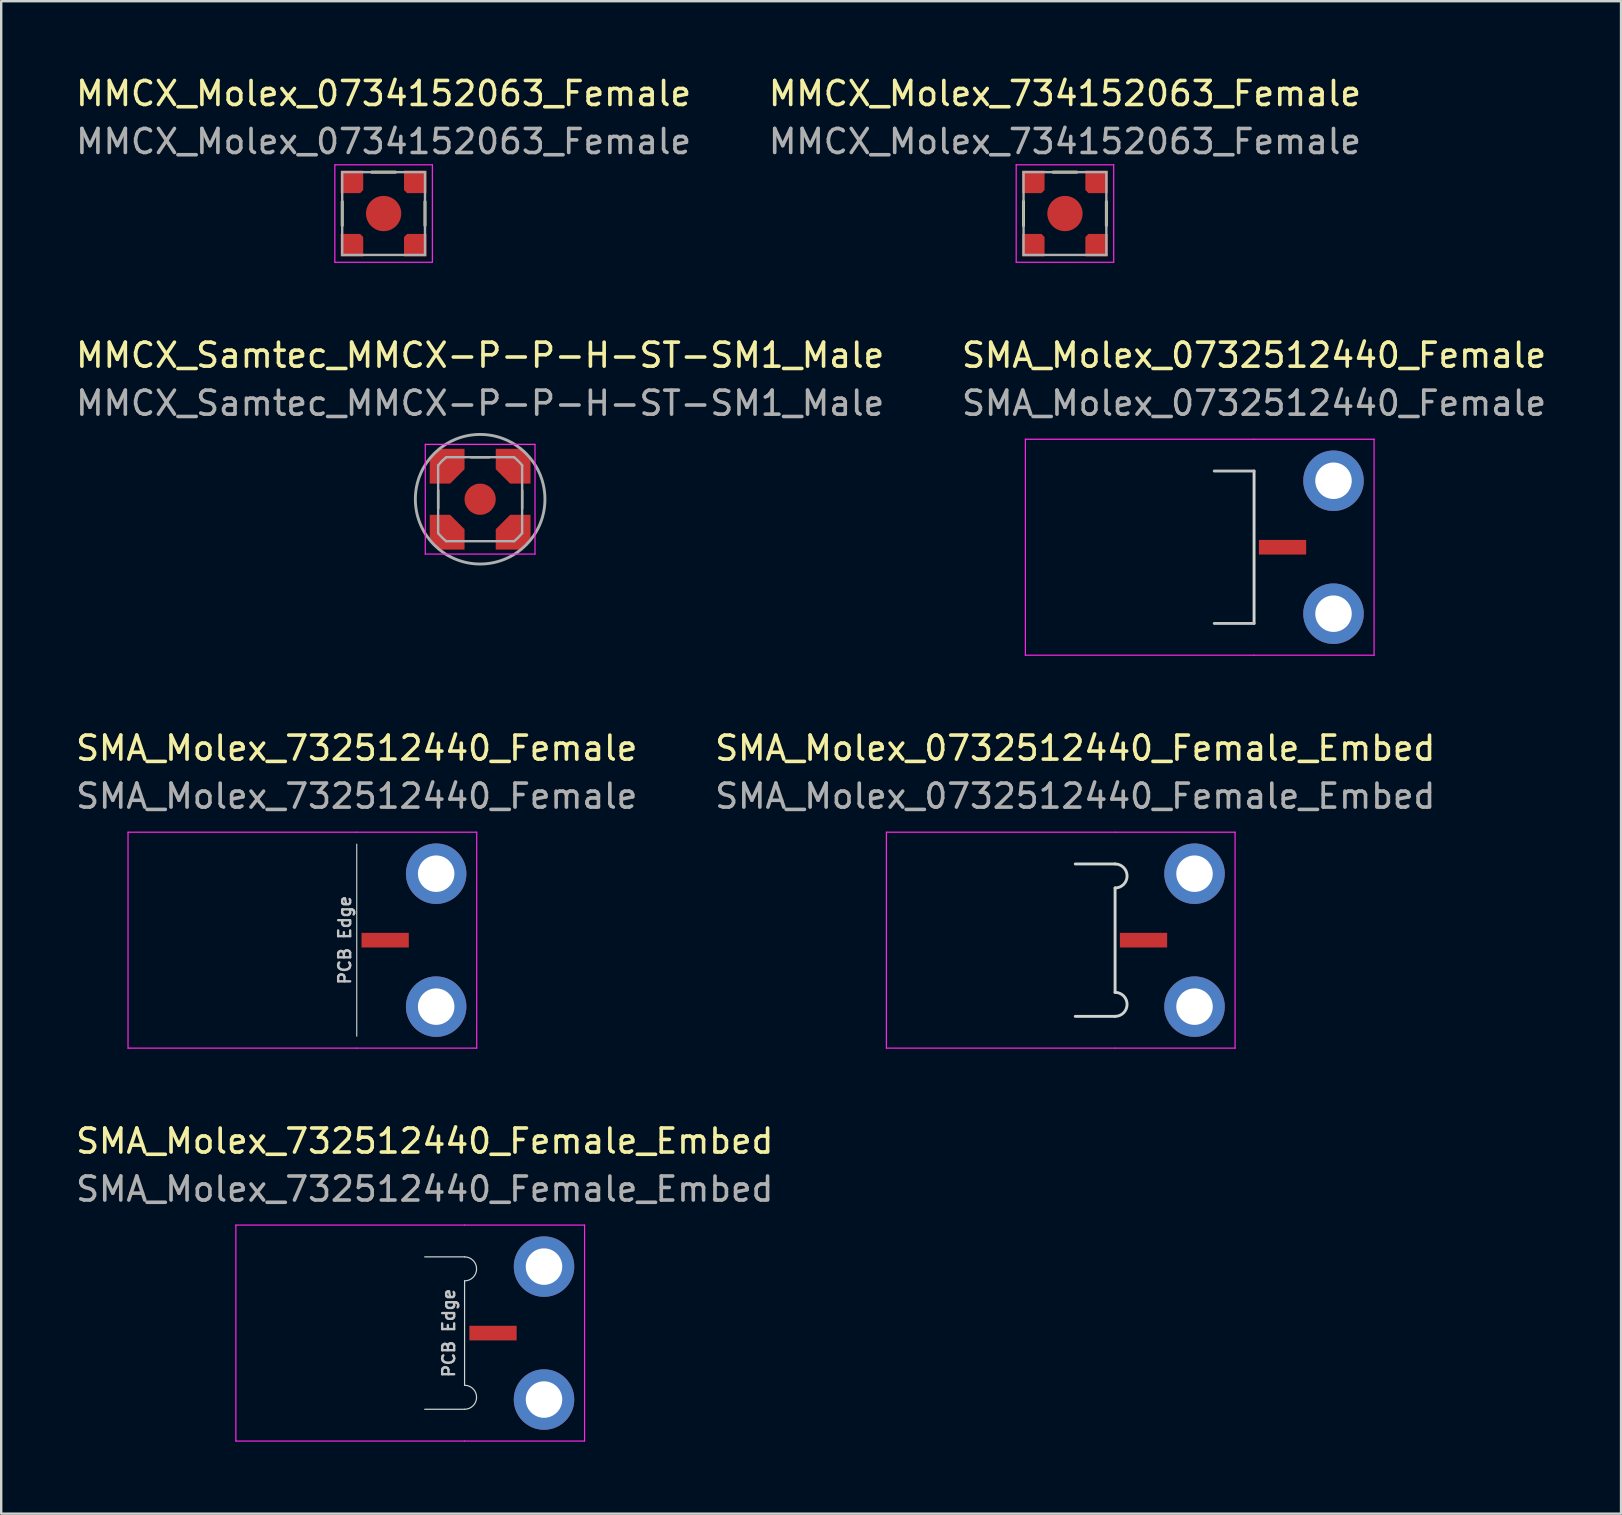
<source format=kicad_pcb>
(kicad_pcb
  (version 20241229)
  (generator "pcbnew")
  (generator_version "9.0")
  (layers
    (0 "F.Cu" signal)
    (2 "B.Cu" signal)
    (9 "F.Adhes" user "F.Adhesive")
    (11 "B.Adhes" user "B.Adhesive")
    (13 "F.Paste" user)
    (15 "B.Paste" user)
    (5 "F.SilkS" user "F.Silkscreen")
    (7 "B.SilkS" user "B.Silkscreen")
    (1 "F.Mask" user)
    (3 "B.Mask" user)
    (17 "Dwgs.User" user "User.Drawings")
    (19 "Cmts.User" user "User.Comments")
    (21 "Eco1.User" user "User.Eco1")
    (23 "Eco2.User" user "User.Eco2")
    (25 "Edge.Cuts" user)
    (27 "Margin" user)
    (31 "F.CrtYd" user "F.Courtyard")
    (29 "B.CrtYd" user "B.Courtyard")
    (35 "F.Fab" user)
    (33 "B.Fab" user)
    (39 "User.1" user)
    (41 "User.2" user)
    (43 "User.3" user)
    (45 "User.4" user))
  (footprint "MMCX_Samtec_MMCX-P-P-H-ST-SM1_Male"
    (layer "F.Cu")
    (at 16.958 17.753)
    (property "Reference" "MMCX_Samtec_MMCX-P-P-H-ST-SM1_Male" (at 0 -6 0) (layer "F.SilkS") (effects (font (size 1 1) (thickness 0.15))))
    (attr smd)
    (fp_circle (center 0 0) (end 0.445 0) (stroke (width 0) (type solid)) (fill yes) (layer "F.Mask"))
    (fp_line (start -1.75 -0.381) (end -1.75 0.381) (stroke (width 0.1) (type solid)) (layer "F.SilkS"))
    (fp_line (start -0.381 -1.75) (end 0.381 -1.75) (stroke (width 0.1) (type solid)) (layer "F.SilkS"))
    (fp_line (start 1.75 -0.381) (end 1.75 0.381) (stroke (width 0.1) (type solid)) (layer "F.SilkS"))
    (fp_circle (center 0 0) (end 0.445 0) (stroke (width 0) (type solid)) (fill yes) (layer "F.Paste"))
    (fp_line (start -2.286 -2.286) (end 2.286 -2.286) (stroke (width 0.05) (type solid)) (layer "F.CrtYd"))
    (fp_line (start -2.286 2.286) (end -2.286 -2.286) (stroke (width 0.05) (type solid)) (layer "F.CrtYd"))
    (fp_line (start 2.286 -2.286) (end 2.286 2.286) (stroke (width 0.05) (type solid)) (layer "F.CrtYd"))
    (fp_line (start 2.286 2.286) (end -2.286 2.286) (stroke (width 0.05) (type solid)) (layer "F.CrtYd"))
    (fp_line (start -1.75 1.414) (end -1.75 -1.414) (stroke (width 0.1) (type solid)) (layer "F.Fab"))
    (fp_line (start -1.414 -1.75) (end 1.414 -1.75) (stroke (width 0.1) (type solid)) (layer "F.Fab"))
    (fp_line (start 1.414 1.75) (end -1.414 1.75) (stroke (width 0.1) (type solid)) (layer "F.Fab"))
    (fp_line (start 1.75 -1.414) (end 1.75 1.414) (stroke (width 0.1) (type solid)) (layer "F.Fab"))
    (fp_arc (start -1.75 -1.414214) (mid -1.59099 -1.59099) (end -1.414214 -1.75) (stroke (width 0.1) (type solid)) (layer "F.Fab"))
    (fp_arc (start -1.414214 1.75) (mid -1.59099 1.59099) (end -1.75 1.414214) (stroke (width 0.1) (type solid)) (layer "F.Fab"))
    (fp_arc (start 1.414214 -1.75) (mid 1.59099 -1.59099) (end 1.75 -1.414214) (stroke (width 0.1) (type solid)) (layer "F.Fab"))
    (fp_arc (start 1.75 1.414214) (mid 1.59099 1.59099) (end 1.414214 1.75) (stroke (width 0.1) (type solid)) (layer "F.Fab"))
    (fp_circle (center 0 0) (end 2.7 0) (stroke (width 0.12) (type solid)) (fill no) (layer "F.Fab"))
    (fp_text user "${REFERENCE}" (at 0 -4 0) (layer "F.Fab") (effects (font (size 1 1) (thickness 0.15))))
    (pad "1" smd circle (at 0 0 90) (size 1.3 1.3) (layers "F.Cu"))
    (pad "2" smd custom (at -1.375 -1.375 180) (size 0.425 0.425) (layers "F.Cu" "F.Mask" "F.Paste") (options (anchor rect)) (primitives (gr_poly (pts (xy -0.725 -0.125) (xy -0.725 0.725) (xy 0.325 0.725) (xy 0.725 0.325) (xy 0.725 -0.725) (xy -0.125 -0.725)) (width 0) (fill yes))))
    (pad "2" smd custom (at -1.375 1.375 270) (size 0.425 0.425) (layers "F.Cu" "F.Mask" "F.Paste") (options (anchor rect)) (primitives (gr_poly (pts (xy -0.725 -0.125) (xy -0.725 0.725) (xy 0.325 0.725) (xy 0.725 0.325) (xy 0.725 -0.725) (xy -0.125 -0.725)) (width 0) (fill yes))))
    (pad "2" smd custom (at 1.375 -1.375 90) (size 0.425 0.425) (layers "F.Cu" "F.Mask" "F.Paste") (options (anchor rect)) (primitives (gr_poly (pts (xy -0.725 -0.125) (xy -0.725 0.725) (xy 0.325 0.725) (xy 0.725 0.325) (xy 0.725 -0.725) (xy -0.125 -0.725)) (width 0) (fill yes))))
    (pad "2" smd custom (at 1.375 1.375) (size 0.425 0.425) (layers "F.Cu" "F.Mask" "F.Paste") (options (anchor rect)) (primitives (gr_poly (pts (xy -0.725 -0.125) (xy -0.725 0.725) (xy 0.325 0.725) (xy 0.725 0.325) (xy 0.725 -0.725) (xy -0.125 -0.725)) (width 0) (fill yes))))
    (zone (net_name "") (layers "F.Cu" "Cmts.User") (hatch edge 0.508) (connect_pads) (min_thickness 0.254) (filled_areas_thickness no) (keepout (tracks allowed) (vias allowed) (pads allowed) (copperpour not_allowed) (footprints allowed)) (placement (enabled no)) (fill) (polygon (pts (xy 18.313 17.753) (xy 18.293 17.518) (xy 18.232 17.29) (xy 18.132 17.076) (xy 17.996 16.882) (xy 17.829 16.715) (xy 17.636 16.58) (xy 17.422 16.48) (xy 17.194 16.419) (xy 16.958 16.398) (xy 16.723 16.419) (xy 16.495 16.48) (xy 16.281 16.58) (xy 16.087 16.715) (xy 15.92 16.882) (xy 15.785 17.076) (xy 15.685 17.29) (xy 15.624 17.518) (xy 15.603 17.753) (xy 15.624 17.989) (xy 15.685 18.217) (xy 15.785 18.431) (xy 15.92 18.625) (xy 16.087 18.792) (xy 16.281 18.927) (xy 16.495 19.027) (xy 16.723 19.088) (xy 16.958 19.109) (xy 17.194 19.088) (xy 17.422 19.027) (xy 17.636 18.927) (xy 17.829 18.792) (xy 17.996 18.625) (xy 18.132 18.431) (xy 18.232 18.217) (xy 18.293 17.989)))))
  (footprint "SMA_Molex_732512440_Female"
    (layer "F.Cu")
    (at 11.815 36.127)
    (property "Reference" "SMA_Molex_732512440_Female" (at 0 -8 0) (unlocked yes) (layer "F.SilkS") (effects (font (size 1 1) (thickness 0.15))))
    (attr through_hole)
    (fp_line (start 0 4) (end 0 -4) (stroke (width 0.05) (type solid)) (layer "Dwgs.User"))
    (fp_line (start -9.53 -4.5) (end -9.53 4.5) (stroke (width 0.05) (type solid)) (layer "F.CrtYd"))
    (fp_line (start 0 -4.5) (end -9.53 -4.5) (stroke (width 0.05) (type solid)) (layer "F.CrtYd"))
    (fp_line (start 0 4.5) (end -9.53 4.5) (stroke (width 0.05) (type solid)) (layer "F.CrtYd"))
    (fp_line (start 5 -4.5) (end 0 -4.5) (stroke (width 0.05) (type solid)) (layer "F.CrtYd"))
    (fp_line (start 5 -4.5) (end 5 4.5) (stroke (width 0.05) (type solid)) (layer "F.CrtYd"))
    (fp_line (start 5 4.5) (end 0 4.5) (stroke (width 0.05) (type solid)) (layer "F.CrtYd"))
    (fp_text user "PCB Edge" (at -0.5 0 90) (layer "Dwgs.User") (effects (font (size 0.5 0.5) (thickness 0.1))))
    (fp_text user "${REFERENCE}" (at 0 -6 0) (unlocked yes) (layer "F.Fab") (effects (font (size 1 1) (thickness 0.15))))
    (pad "1" smd rect (at 1.185 0) (size 1.97 0.61) (layers "F.Cu" "F.Mask" "F.Paste"))
    (pad "2" thru_hole circle (at 3.31 -2.77) (size 2.52 2.52) (drill 1.52) (layers "*.Cu" "*.Mask"))
    (pad "2" thru_hole circle (at 3.31 2.77) (size 2.52 2.52) (drill 1.52) (layers "*.Cu" "*.Mask")))
  (footprint "MMCX_Molex_734152063_Female"
    (layer "F.Cu")
    (at 41.327 5.848)
    (property "Reference" "MMCX_Molex_734152063_Female" (at 0 -5 0) (layer "F.SilkS") (effects (font (size 1 1) (thickness 0.15))))
    (attr smd)
    (fp_circle (center 0 0) (end 0.445 0) (stroke (width 0) (type solid)) (fill yes) (layer "F.Mask"))
    (fp_line (start -1.725 -0.5) (end -1.725 0.5) (stroke (width 0.12) (type solid)) (layer "F.SilkS"))
    (fp_line (start -0.5 -1.725) (end 0.5 -1.725) (stroke (width 0.12) (type solid)) (layer "F.SilkS"))
    (fp_line (start 1.725 -0.5) (end 1.725 0.5) (stroke (width 0.12) (type solid)) (layer "F.SilkS"))
    (fp_circle (center 0 0) (end 0.445 0) (stroke (width 0) (type solid)) (fill yes) (layer "F.Paste"))
    (fp_line (start -2.032 -2.032) (end 2.032 -2.032) (stroke (width 0.05) (type solid)) (layer "F.CrtYd"))
    (fp_line (start -2.032 2.032) (end -2.032 -2.032) (stroke (width 0.05) (type solid)) (layer "F.CrtYd"))
    (fp_line (start 2.032 -2.032) (end 2.032 2.032) (stroke (width 0.05) (type solid)) (layer "F.CrtYd"))
    (fp_line (start 2.032 2.032) (end -2.032 2.032) (stroke (width 0.05) (type solid)) (layer "F.CrtYd"))
    (fp_line (start -1.725 -1.725) (end 1.725 -1.725) (stroke (width 0.1) (type solid)) (layer "F.Fab"))
    (fp_line (start -1.725 1.725) (end -1.725 -1.725) (stroke (width 0.1) (type solid)) (layer "F.Fab"))
    (fp_line (start 1.725 -1.725) (end 1.725 1.725) (stroke (width 0.1) (type solid)) (layer "F.Fab"))
    (fp_line (start 1.725 1.725) (end -1.725 1.725) (stroke (width 0.1) (type solid)) (layer "F.Fab"))
    (fp_text user "${REFERENCE}" (at 0 -3 0) (layer "F.Fab") (effects (font (size 1 1) (thickness 0.15))))
    (pad "1" smd circle (at 0 0 90) (size 1.47 1.47) (layers "F.Cu"))
    (pad "2" smd roundrect (at -1.32 -1.32 90) (size 0.94 0.94) (layers "F.Cu" "F.Mask" "F.Paste") (roundrect_rratio 0) (chamfer_ratio 0.138) (chamfer bottom_left))
    (pad "2" smd roundrect (at -1.32 1.32 90) (size 0.94 0.94) (layers "F.Cu" "F.Mask" "F.Paste") (roundrect_rratio 0) (chamfer_ratio 0.138) (chamfer bottom_right))
    (pad "2" smd roundrect (at 1.32 -1.32 90) (size 0.94 0.94) (layers "F.Cu" "F.Mask" "F.Paste") (roundrect_rratio 0) (chamfer_ratio 0.138) (chamfer top_left))
    (pad "2" smd roundrect (at 1.32 1.32 90) (size 0.94 0.94) (layers "F.Cu" "F.Mask" "F.Paste") (roundrect_rratio 0) (chamfer_ratio 0.138) (chamfer top_right))
    (zone (net_name "") (layers "F.Cu" "Dwgs.User") (hatch edge 0.508) (connect_pads) (min_thickness 0.254) (filled_areas_thickness no) (keepout (tracks allowed) (vias allowed) (pads allowed) (copperpour not_allowed) (footprints allowed)) (placement (enabled no)) (fill) (polygon (pts (xy 42.627 5.848) (xy 42.608 5.623) (xy 42.549 5.404) (xy 42.453 5.198) (xy 42.323 5.013) (xy 42.163 4.852) (xy 41.977 4.722) (xy 41.772 4.627) (xy 41.553 4.568) (xy 41.327 4.548) (xy 41.102 4.568) (xy 40.883 4.627) (xy 40.677 4.722) (xy 40.492 4.852) (xy 40.332 5.013) (xy 40.202 5.198) (xy 40.106 5.404) (xy 40.047 5.623) (xy 40.027 5.848) (xy 40.047 6.074) (xy 40.106 6.293) (xy 40.202 6.498) (xy 40.332 6.684) (xy 40.492 6.844) (xy 40.677 6.974) (xy 40.883 7.07) (xy 41.102 7.128) (xy 41.327 7.148) (xy 41.553 7.128) (xy 41.772 7.07) (xy 41.977 6.974) (xy 42.163 6.844) (xy 42.323 6.684) (xy 42.453 6.498) (xy 42.549 6.293) (xy 42.608 6.074)))))
  (footprint "SMA_Molex_0732512440_Female_Embed"
    (layer "F.Cu")
    (at 41.756 36.127)
    (property "Reference" "SMA_Molex_0732512440_Female_Embed" (at 0 -8 0) (unlocked yes) (layer "F.SilkS") (effects (font (size 1 1) (thickness 0.15))))
    (attr through_hole)
    (fp_line (start 1.66 -3.175) (end 0 -3.175) (stroke (width 0.12) (type solid)) (layer "Edge.Cuts"))
    (fp_line (start 1.66 2.175) (end 1.66 -2.175) (stroke (width 0.12) (type solid)) (layer "Edge.Cuts"))
    (fp_line (start 1.66 3.175) (end 0 3.175) (stroke (width 0.12) (type solid)) (layer "Edge.Cuts"))
    (fp_arc (start 1.66 -3.175) (mid 2.16 -2.675) (end 1.66 -2.175) (stroke (width 0.12) (type solid)) (layer "Edge.Cuts"))
    (fp_arc (start 1.66 2.175) (mid 2.16 2.675) (end 1.66 3.175) (stroke (width 0.12) (type solid)) (layer "Edge.Cuts"))
    (fp_line (start -7.87 -4.5) (end -7.87 4.5) (stroke (width 0.05) (type solid)) (layer "F.CrtYd"))
    (fp_line (start 1.66 -4.5) (end -7.87 -4.5) (stroke (width 0.05) (type solid)) (layer "F.CrtYd"))
    (fp_line (start 1.66 4.5) (end -7.87 4.5) (stroke (width 0.05) (type solid)) (layer "F.CrtYd"))
    (fp_line (start 6.66 -4.5) (end 1.66 -4.5) (stroke (width 0.05) (type solid)) (layer "F.CrtYd"))
    (fp_line (start 6.66 -4.5) (end 6.66 4.5) (stroke (width 0.05) (type solid)) (layer "F.CrtYd"))
    (fp_line (start 6.66 4.5) (end 1.66 4.5) (stroke (width 0.05) (type solid)) (layer "F.CrtYd"))
    (fp_text user "${REFERENCE}" (at 0 -6 0) (unlocked yes) (layer "F.Fab") (effects (font (size 1 1) (thickness 0.15))))
    (pad "1" smd rect (at 2.845 0) (size 1.97 0.61) (layers "F.Cu" "F.Mask" "F.Paste"))
    (pad "2" thru_hole circle (at 4.97 -2.77) (size 2.52 2.52) (drill 1.52) (layers "*.Cu" "*.Mask"))
    (pad "2" thru_hole circle (at 4.97 2.77) (size 2.52 2.52) (drill 1.52) (layers "*.Cu" "*.Mask")))
  (footprint "MMCX_Molex_0734152063_Female"
    (layer "F.Cu")
    (at 12.935 5.848)
    (property "Reference" "MMCX_Molex_0734152063_Female" (at 0 -5 0) (layer "F.SilkS") (effects (font (size 1 1) (thickness 0.15))))
    (attr smd)
    (fp_circle (center 0 0) (end 0.445 0) (stroke (width 0) (type solid)) (fill yes) (layer "F.Mask"))
    (fp_line (start -1.725 -0.5) (end -1.725 0.5) (stroke (width 0.12) (type solid)) (layer "F.SilkS"))
    (fp_line (start -0.5 -1.725) (end 0.5 -1.725) (stroke (width 0.12) (type solid)) (layer "F.SilkS"))
    (fp_line (start 1.725 -0.5) (end 1.725 0.5) (stroke (width 0.12) (type solid)) (layer "F.SilkS"))
    (fp_circle (center 0 0) (end 0.445 0) (stroke (width 0) (type solid)) (fill yes) (layer "F.Paste"))
    (fp_line (start -2.032 -2.032) (end 2.032 -2.032) (stroke (width 0.05) (type solid)) (layer "F.CrtYd"))
    (fp_line (start -2.032 2.032) (end -2.032 -2.032) (stroke (width 0.05) (type solid)) (layer "F.CrtYd"))
    (fp_line (start 2.032 -2.032) (end 2.032 2.032) (stroke (width 0.05) (type solid)) (layer "F.CrtYd"))
    (fp_line (start 2.032 2.032) (end -2.032 2.032) (stroke (width 0.05) (type solid)) (layer "F.CrtYd"))
    (fp_line (start -1.725 -1.725) (end 1.725 -1.725) (stroke (width 0.1) (type solid)) (layer "F.Fab"))
    (fp_line (start -1.725 1.725) (end -1.725 -1.725) (stroke (width 0.1) (type solid)) (layer "F.Fab"))
    (fp_line (start 1.725 -1.725) (end 1.725 1.725) (stroke (width 0.1) (type solid)) (layer "F.Fab"))
    (fp_line (start 1.725 1.725) (end -1.725 1.725) (stroke (width 0.1) (type solid)) (layer "F.Fab"))
    (fp_text user "${REFERENCE}" (at 0 -3 0) (layer "F.Fab") (effects (font (size 1 1) (thickness 0.15))))
    (pad "1" smd circle (at 0 0 90) (size 1.47 1.47) (layers "F.Cu"))
    (pad "2" smd roundrect (at -1.32 -1.32 90) (size 0.94 0.94) (layers "F.Cu" "F.Mask" "F.Paste") (roundrect_rratio 0) (chamfer_ratio 0.138) (chamfer bottom_left))
    (pad "2" smd roundrect (at -1.32 1.32 90) (size 0.94 0.94) (layers "F.Cu" "F.Mask" "F.Paste") (roundrect_rratio 0) (chamfer_ratio 0.138) (chamfer bottom_right))
    (pad "2" smd roundrect (at 1.32 -1.32 90) (size 0.94 0.94) (layers "F.Cu" "F.Mask" "F.Paste") (roundrect_rratio 0) (chamfer_ratio 0.138) (chamfer top_left))
    (pad "2" smd roundrect (at 1.32 1.32 90) (size 0.94 0.94) (layers "F.Cu" "F.Mask" "F.Paste") (roundrect_rratio 0) (chamfer_ratio 0.138) (chamfer top_right))
    (zone (net_name "") (layers "F.Cu" "Dwgs.User") (hatch edge 0.508) (connect_pads) (min_thickness 0.254) (filled_areas_thickness no) (keepout (tracks allowed) (vias allowed) (pads allowed) (copperpour not_allowed) (footprints allowed)) (placement (enabled no)) (fill) (polygon (pts (xy 14.234 5.848) (xy 14.215 5.623) (xy 14.156 5.404) (xy 14.06 5.198) (xy 13.93 5.013) (xy 13.77 4.852) (xy 13.584 4.722) (xy 13.379 4.627) (xy 13.16 4.568) (xy 12.935 4.548) (xy 12.709 4.568) (xy 12.49 4.627) (xy 12.285 4.722) (xy 12.099 4.852) (xy 11.939 5.013) (xy 11.809 5.198) (xy 11.713 5.404) (xy 11.654 5.623) (xy 11.635 5.848) (xy 11.654 6.074) (xy 11.713 6.293) (xy 11.809 6.498) (xy 11.939 6.684) (xy 12.099 6.844) (xy 12.285 6.974) (xy 12.49 7.07) (xy 12.709 7.128) (xy 12.935 7.148) (xy 13.16 7.128) (xy 13.379 7.07) (xy 13.584 6.974) (xy 13.77 6.844) (xy 13.93 6.684) (xy 14.06 6.498) (xy 14.156 6.293) (xy 14.215 6.074)))))
  (footprint "SMA_Molex_732512440_Female_Embed"
    (layer "F.Cu")
    (at 14.649 52.5)
    (property "Reference" "SMA_Molex_732512440_Female_Embed" (at 0 -8 0) (unlocked yes) (layer "F.SilkS") (effects (font (size 1 1) (thickness 0.15))))
    (attr through_hole)
    (fp_line (start 1.66 -3.175) (end 0 -3.175) (stroke (width 0.05) (type solid)) (layer "Edge.Cuts"))
    (fp_line (start 1.66 2.175) (end 1.66 -2.175) (stroke (width 0.05) (type solid)) (layer "Edge.Cuts"))
    (fp_line (start 1.66 3.175) (end 0 3.175) (stroke (width 0.05) (type solid)) (layer "Edge.Cuts"))
    (fp_arc (start 1.66 -3.175) (mid 2.16 -2.675) (end 1.66 -2.175) (stroke (width 0.05) (type solid)) (layer "Edge.Cuts"))
    (fp_arc (start 1.66 2.175) (mid 2.16 2.675) (end 1.66 3.175) (stroke (width 0.05) (type solid)) (layer "Edge.Cuts"))
    (fp_line (start -7.87 -4.5) (end -7.87 4.5) (stroke (width 0.05) (type solid)) (layer "F.CrtYd"))
    (fp_line (start 1.66 -4.5) (end -7.87 -4.5) (stroke (width 0.05) (type solid)) (layer "F.CrtYd"))
    (fp_line (start 1.66 4.5) (end -7.87 4.5) (stroke (width 0.05) (type solid)) (layer "F.CrtYd"))
    (fp_line (start 6.66 -4.5) (end 1.66 -4.5) (stroke (width 0.05) (type solid)) (layer "F.CrtYd"))
    (fp_line (start 6.66 -4.5) (end 6.66 4.5) (stroke (width 0.05) (type solid)) (layer "F.CrtYd"))
    (fp_line (start 6.66 4.5) (end 1.66 4.5) (stroke (width 0.05) (type solid)) (layer "F.CrtYd"))
    (fp_text user "PCB Edge" (at 1 0 90) (layer "Dwgs.User") (effects (font (size 0.5 0.5) (thickness 0.1))))
    (fp_text user "${REFERENCE}" (at 0 -6 0) (unlocked yes) (layer "F.Fab") (effects (font (size 1 1) (thickness 0.15))))
    (pad "1" smd rect (at 2.845 0) (size 1.97 0.61) (layers "F.Cu" "F.Mask" "F.Paste"))
    (pad "2" thru_hole circle (at 4.97 -2.77) (size 2.52 2.52) (drill 1.52) (layers "*.Cu" "*.Mask"))
    (pad "2" thru_hole circle (at 4.97 2.77) (size 2.52 2.52) (drill 1.52) (layers "*.Cu" "*.Mask")))
  (footprint "SMA_Molex_0732512440_Female"
    (layer "F.Cu")
    (at 49.208 19.753)
    (property "Reference" "SMA_Molex_0732512440_Female" (at 0 -8 0) (unlocked yes) (layer "F.SilkS") (effects (font (size 1 1) (thickness 0.15))))
    (attr through_hole)
    (fp_line (start 0 -3.175) (end -1.66 -3.175) (stroke (width 0.12) (type solid)) (layer "Dwgs.User"))
    (fp_line (start 0 3.175) (end -1.66 3.175) (stroke (width 0.12) (type solid)) (layer "Dwgs.User"))
    (fp_line (start 0 3.175) (end 0 -3.175) (stroke (width 0.12) (type solid)) (layer "Edge.Cuts"))
    (fp_line (start -9.53 -4.5) (end -9.53 4.5) (stroke (width 0.05) (type solid)) (layer "F.CrtYd"))
    (fp_line (start 0 -4.5) (end -9.53 -4.5) (stroke (width 0.05) (type solid)) (layer "F.CrtYd"))
    (fp_line (start 0 4.5) (end -9.53 4.5) (stroke (width 0.05) (type solid)) (layer "F.CrtYd"))
    (fp_line (start 5 -4.5) (end 0 -4.5) (stroke (width 0.05) (type solid)) (layer "F.CrtYd"))
    (fp_line (start 5 -4.5) (end 5 4.5) (stroke (width 0.05) (type solid)) (layer "F.CrtYd"))
    (fp_line (start 5 4.5) (end 0 4.5) (stroke (width 0.05) (type solid)) (layer "F.CrtYd"))
    (fp_text user "${REFERENCE}" (at 0 -6 0) (unlocked yes) (layer "F.Fab") (effects (font (size 1 1) (thickness 0.15))))
    (pad "1" smd rect (at 1.185 0) (size 1.97 0.61) (layers "F.Cu" "F.Mask" "F.Paste"))
    (pad "2" thru_hole circle (at 3.31 -2.77) (size 2.52 2.52) (drill 1.52) (layers "*.Cu" "*.Mask"))
    (pad "2" thru_hole circle (at 3.31 2.77) (size 2.52 2.52) (drill 1.52) (layers "*.Cu" "*.Mask")))
  (gr_rect
    (start -3 -3)
    (end 64.5 60.025)
    (stroke (width 0.1) (type default))
    (fill no)
    (layer "Edge.Cuts")))
</source>
